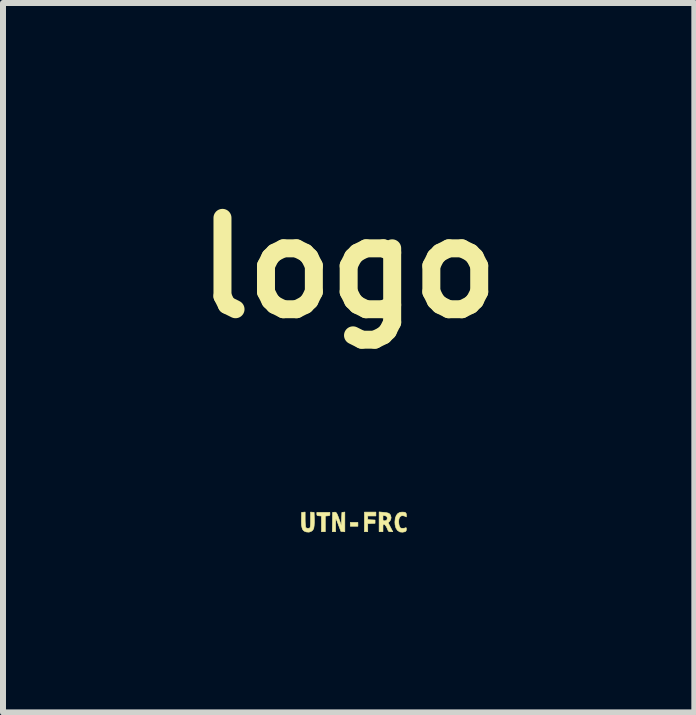
<source format=kicad_pcb>
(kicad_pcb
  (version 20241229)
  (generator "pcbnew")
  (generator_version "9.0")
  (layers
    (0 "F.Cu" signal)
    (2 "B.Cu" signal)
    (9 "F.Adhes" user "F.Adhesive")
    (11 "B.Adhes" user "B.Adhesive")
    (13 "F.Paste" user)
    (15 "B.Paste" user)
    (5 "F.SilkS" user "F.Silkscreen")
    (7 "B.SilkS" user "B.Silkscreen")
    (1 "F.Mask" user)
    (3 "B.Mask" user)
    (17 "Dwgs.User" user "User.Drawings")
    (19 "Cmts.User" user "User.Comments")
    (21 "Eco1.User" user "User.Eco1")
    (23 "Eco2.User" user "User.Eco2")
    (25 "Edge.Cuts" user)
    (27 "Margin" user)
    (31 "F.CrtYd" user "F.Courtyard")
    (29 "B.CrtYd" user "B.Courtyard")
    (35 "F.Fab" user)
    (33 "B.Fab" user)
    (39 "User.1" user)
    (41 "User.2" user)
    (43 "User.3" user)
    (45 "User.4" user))
  (footprint "logo"
    (layer "F.Cu")
    (at 2.765 1.418)
    (property "Reference" "logo" (at 0 0 0) (layer "F.SilkS") (effects (font (size 1.524 1.524) (thickness 0.3))))
    (attr through_hole)
    (fp_poly (pts (xy 0.154 4.309) (xy 0.027 4.309) (xy 0.027 4.245) (xy 0.154 4.245) (xy 0.154 4.309)) (stroke (width 0.01) (type solid)) (fill yes) (layer "F.SilkS"))
    (fp_poly (pts (xy 0.454 4.137) (xy 0.318 4.137) (xy 0.318 4.199) (xy 0.379 4.202) (xy 0.44 4.205) (xy 0.44 4.259) (xy 0.318 4.264) (xy 0.318 4.4) (xy 0.263 4.4) (xy 0.263 4.073) (xy 0.454 4.073) (xy 0.454 4.137)) (stroke (width 0.01) (type solid)) (fill yes) (layer "F.SilkS"))
    (fp_poly (pts (xy -0.313 4.105) (xy -0.314 4.122) (xy -0.322 4.13) (xy -0.341 4.134) (xy -0.352 4.135) (xy -0.39 4.138) (xy -0.39 4.4) (xy -0.454 4.4) (xy -0.454 4.138) (xy -0.492 4.135) (xy -0.516 4.132) (xy -0.527 4.126) (xy -0.531 4.112) (xy -0.531 4.105) (xy -0.531 4.078) (xy -0.313 4.078) (xy -0.313 4.105)) (stroke (width 0.01) (type solid)) (fill yes) (layer "F.SilkS"))
    (fp_poly (pts (xy -0.064 4.401) (xy -0.096 4.398) (xy -0.129 4.395) (xy -0.167 4.294) (xy -0.182 4.254) (xy -0.195 4.22) (xy -0.206 4.196) (xy -0.211 4.186) (xy -0.214 4.191) (xy -0.216 4.212) (xy -0.217 4.245) (xy -0.218 4.286) (xy -0.218 4.289) (xy -0.218 4.4) (xy -0.273 4.4) (xy -0.27 4.239) (xy -0.268 4.078) (xy -0.239 4.075) (xy -0.225 4.074) (xy -0.214 4.078) (xy -0.203 4.088) (xy -0.193 4.106) (xy -0.18 4.136) (xy -0.164 4.179) (xy -0.153 4.209) (xy -0.122 4.295) (xy -0.118 4.186) (xy -0.113 4.078) (xy -0.088 4.075) (xy -0.064 4.072) (xy -0.064 4.401)) (stroke (width 0.01) (type solid)) (fill yes) (layer "F.SilkS"))
    (fp_poly (pts (xy -0.606 4.075) (xy -0.576 4.078) (xy -0.573 4.189) (xy -0.573 4.253) (xy -0.576 4.302) (xy -0.582 4.338) (xy -0.593 4.364) (xy -0.608 4.382) (xy -0.62 4.391) (xy -0.661 4.407) (xy -0.704 4.404) (xy -0.735 4.393) (xy -0.755 4.378) (xy -0.77 4.357) (xy -0.78 4.326) (xy -0.786 4.284) (xy -0.788 4.227) (xy -0.787 4.186) (xy -0.785 4.078) (xy -0.755 4.075) (xy -0.726 4.072) (xy -0.726 4.191) (xy -0.725 4.237) (xy -0.723 4.278) (xy -0.72 4.309) (xy -0.717 4.327) (xy -0.716 4.328) (xy -0.7 4.341) (xy -0.677 4.345) (xy -0.653 4.34) (xy -0.646 4.334) (xy -0.641 4.321) (xy -0.637 4.291) (xy -0.635 4.244) (xy -0.635 4.198) (xy -0.635 4.072) (xy -0.606 4.075)) (stroke (width 0.01) (type solid)) (fill yes) (layer "F.SilkS"))
    (fp_poly (pts (xy 0.927 4.075) (xy 0.948 4.082) (xy 0.959 4.096) (xy 0.962 4.119) (xy 0.962 4.153) (xy 0.933 4.139) (xy 0.9 4.131) (xy 0.87 4.138) (xy 0.848 4.161) (xy 0.846 4.164) (xy 0.837 4.195) (xy 0.834 4.233) (xy 0.837 4.272) (xy 0.845 4.307) (xy 0.859 4.332) (xy 0.865 4.338) (xy 0.886 4.344) (xy 0.914 4.344) (xy 0.94 4.338) (xy 0.944 4.336) (xy 0.956 4.332) (xy 0.961 4.338) (xy 0.962 4.359) (xy 0.959 4.382) (xy 0.948 4.395) (xy 0.938 4.4) (xy 0.899 4.408) (xy 0.859 4.404) (xy 0.848 4.4) (xy 0.813 4.376) (xy 0.788 4.337) (xy 0.774 4.285) (xy 0.771 4.238) (xy 0.777 4.178) (xy 0.794 4.13) (xy 0.821 4.096) (xy 0.857 4.077) (xy 0.891 4.073) (xy 0.927 4.075)) (stroke (width 0.01) (type solid)) (fill yes) (layer "F.SilkS"))
    (fp_poly (pts (xy 0.581 4.077) (xy 0.627 4.082) (xy 0.659 4.089) (xy 0.68 4.101) (xy 0.694 4.118) (xy 0.698 4.125) (xy 0.708 4.165) (xy 0.7 4.201) (xy 0.683 4.226) (xy 0.658 4.25) (xy 0.697 4.325) (xy 0.736 4.4) (xy 0.7 4.4) (xy 0.678 4.398) (xy 0.665 4.392) (xy 0.655 4.375) (xy 0.649 4.359) (xy 0.632 4.322) (xy 0.613 4.293) (xy 0.595 4.276) (xy 0.584 4.273) (xy 0.577 4.277) (xy 0.573 4.292) (xy 0.572 4.321) (xy 0.572 4.336) (xy 0.572 4.4) (xy 0.508 4.4) (xy 0.508 4.172) (xy 0.572 4.172) (xy 0.572 4.199) (xy 0.576 4.213) (xy 0.585 4.218) (xy 0.597 4.218) (xy 0.62 4.215) (xy 0.633 4.207) (xy 0.643 4.187) (xy 0.642 4.162) (xy 0.637 4.148) (xy 0.623 4.139) (xy 0.601 4.131) (xy 0.601 4.131) (xy 0.572 4.125) (xy 0.572 4.172) (xy 0.508 4.172) (xy 0.508 4.07) (xy 0.581 4.077)) (stroke (width 0.01) (type solid)) (fill yes) (layer "F.SilkS")))
  (gr_rect
    (start -3 -3)
    (end 8.53 8.831)
    (stroke (width 0.1) (type default))
    (fill no)
    (layer "Edge.Cuts")))
</source>
